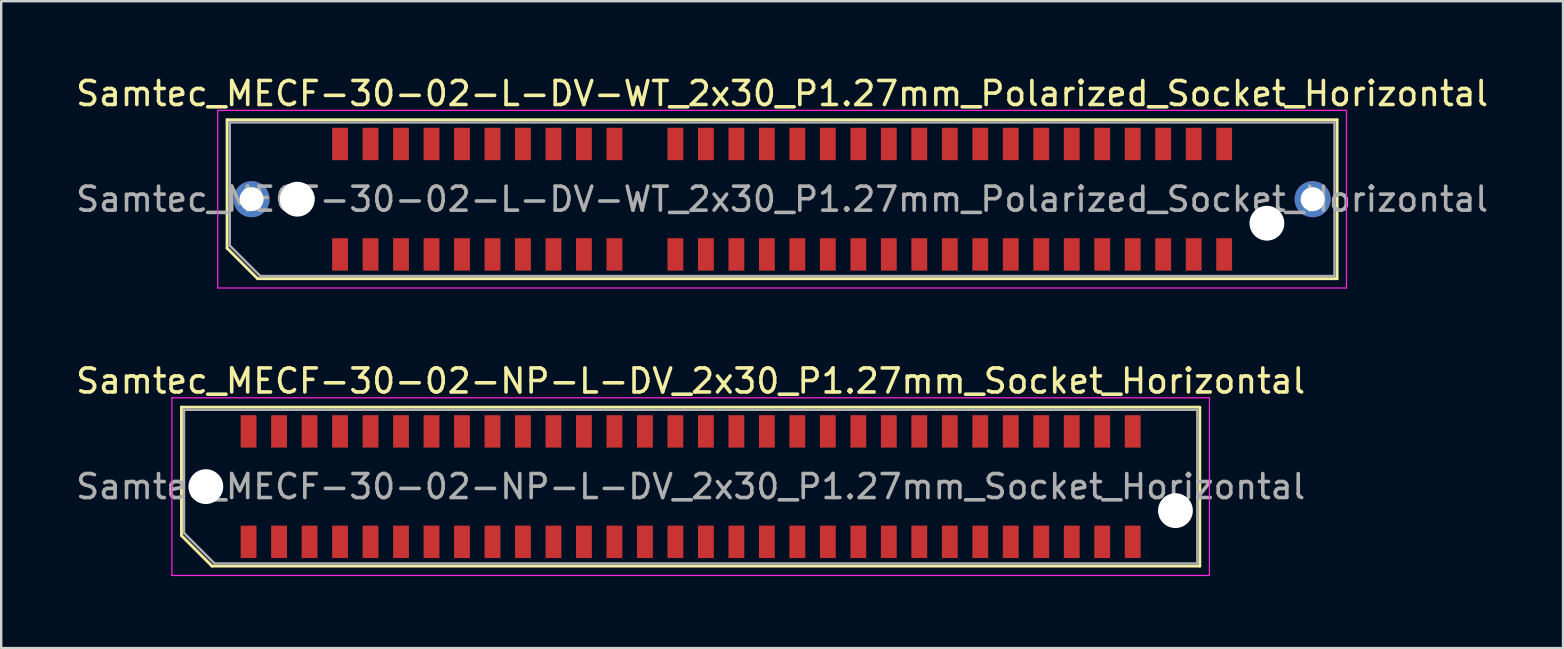
<source format=kicad_pcb>
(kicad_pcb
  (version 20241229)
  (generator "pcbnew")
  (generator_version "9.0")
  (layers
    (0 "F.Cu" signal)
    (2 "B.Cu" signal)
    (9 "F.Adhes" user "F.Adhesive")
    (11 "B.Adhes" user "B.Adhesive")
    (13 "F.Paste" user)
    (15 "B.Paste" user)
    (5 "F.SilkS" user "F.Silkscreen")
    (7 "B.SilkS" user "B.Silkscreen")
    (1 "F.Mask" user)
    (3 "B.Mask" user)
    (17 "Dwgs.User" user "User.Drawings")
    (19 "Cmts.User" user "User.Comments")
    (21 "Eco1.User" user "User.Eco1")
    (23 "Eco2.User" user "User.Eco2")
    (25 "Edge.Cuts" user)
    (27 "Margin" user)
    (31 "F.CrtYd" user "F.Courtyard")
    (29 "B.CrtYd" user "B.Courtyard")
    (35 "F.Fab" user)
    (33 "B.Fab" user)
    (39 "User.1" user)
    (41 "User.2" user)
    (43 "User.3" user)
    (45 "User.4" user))
  (footprint "Samtec_MECF-30-02-NP-L-DV_2x30_P1.27mm_Socket_Horizontal"
    (layer "F.Cu")
    (at 25.72 17.221)
    (property "Reference" "Samtec_MECF-30-02-NP-L-DV_2x30_P1.27mm_Socket_Horizontal" (at 0 -4.4 0) (layer "F.SilkS") (effects (font (size 1 1) (thickness 0.15))))
    (attr smd)
    (fp_line (start -21.21 -3.31) (end 21.21 -3.31) (stroke (width 0.12) (type solid)) (layer "F.SilkS"))
    (fp_line (start -21.21 2.04) (end -21.21 -3.31) (stroke (width 0.12) (type solid)) (layer "F.SilkS"))
    (fp_line (start -19.94 3.31) (end -21.21 2.04) (stroke (width 0.12) (type solid)) (layer "F.SilkS"))
    (fp_line (start -19.94 3.31) (end 21.21 3.31) (stroke (width 0.12) (type solid)) (layer "F.SilkS"))
    (fp_line (start 21.21 3.31) (end 21.21 -3.31) (stroke (width 0.12) (type solid)) (layer "F.SilkS"))
    (fp_line (start -21.61 -3.7) (end -21.61 3.7) (stroke (width 0.05) (type solid)) (layer "F.CrtYd"))
    (fp_line (start -21.61 3.7) (end 21.61 3.7) (stroke (width 0.05) (type solid)) (layer "F.CrtYd"))
    (fp_line (start 21.61 -3.7) (end -21.61 -3.7) (stroke (width 0.05) (type solid)) (layer "F.CrtYd"))
    (fp_line (start 21.61 3.7) (end 21.61 -3.7) (stroke (width 0.05) (type solid)) (layer "F.CrtYd"))
    (fp_line (start -21.105 -3.2) (end 21.105 -3.2) (stroke (width 0.1) (type solid)) (layer "F.Fab"))
    (fp_line (start -21.105 1.93) (end -21.105 -3.2) (stroke (width 0.1) (type solid)) (layer "F.Fab"))
    (fp_line (start -21.105 1.93) (end -19.835 3.2) (stroke (width 0.1) (type solid)) (layer "F.Fab"))
    (fp_line (start -19.835 3.2) (end 21.105 3.2) (stroke (width 0.1) (type solid)) (layer "F.Fab"))
    (fp_line (start 21.105 3.2) (end 21.105 -3.2) (stroke (width 0.1) (type solid)) (layer "F.Fab"))
    (fp_text user "${REFERENCE}" (at 0 0 0) (layer "F.Fab") (effects (font (size 1 1) (thickness 0.15))))
    (pad "" np_thru_hole circle (at -20.195 0) (size 1.45 1.45) (drill 1.45) (layers "*.Cu" "*.Mask"))
    (pad "" np_thru_hole circle (at 20.195 1) (size 1.45 1.45) (drill 1.45) (layers "*.Cu" "*.Mask"))
    (pad "1" smd rect (at -18.415 2.3) (size 0.66 1.35) (layers "F.Cu" "F.Mask" "F.Paste"))
    (pad "2" smd rect (at -18.415 -2.3) (size 0.66 1.35) (layers "F.Cu" "F.Mask" "F.Paste"))
    (pad "3" smd rect (at -17.145 2.3) (size 0.66 1.35) (layers "F.Cu" "F.Mask" "F.Paste"))
    (pad "4" smd rect (at -17.145 -2.3) (size 0.66 1.35) (layers "F.Cu" "F.Mask" "F.Paste"))
    (pad "5" smd rect (at -15.875 2.3) (size 0.66 1.35) (layers "F.Cu" "F.Mask" "F.Paste"))
    (pad "6" smd rect (at -15.875 -2.3) (size 0.66 1.35) (layers "F.Cu" "F.Mask" "F.Paste"))
    (pad "7" smd rect (at -14.605 2.3) (size 0.66 1.35) (layers "F.Cu" "F.Mask" "F.Paste"))
    (pad "8" smd rect (at -14.605 -2.3) (size 0.66 1.35) (layers "F.Cu" "F.Mask" "F.Paste"))
    (pad "9" smd rect (at -13.335 2.3) (size 0.66 1.35) (layers "F.Cu" "F.Mask" "F.Paste"))
    (pad "10" smd rect (at -13.335 -2.3) (size 0.66 1.35) (layers "F.Cu" "F.Mask" "F.Paste"))
    (pad "11" smd rect (at -12.065 2.3) (size 0.66 1.35) (layers "F.Cu" "F.Mask" "F.Paste"))
    (pad "12" smd rect (at -12.065 -2.3) (size 0.66 1.35) (layers "F.Cu" "F.Mask" "F.Paste"))
    (pad "13" smd rect (at -10.795 2.3) (size 0.66 1.35) (layers "F.Cu" "F.Mask" "F.Paste"))
    (pad "14" smd rect (at -10.795 -2.3) (size 0.66 1.35) (layers "F.Cu" "F.Mask" "F.Paste"))
    (pad "15" smd rect (at -9.525 2.3) (size 0.66 1.35) (layers "F.Cu" "F.Mask" "F.Paste"))
    (pad "16" smd rect (at -9.525 -2.3) (size 0.66 1.35) (layers "F.Cu" "F.Mask" "F.Paste"))
    (pad "17" smd rect (at -8.255 2.3) (size 0.66 1.35) (layers "F.Cu" "F.Mask" "F.Paste"))
    (pad "18" smd rect (at -8.255 -2.3) (size 0.66 1.35) (layers "F.Cu" "F.Mask" "F.Paste"))
    (pad "19" smd rect (at -6.985 2.3) (size 0.66 1.35) (layers "F.Cu" "F.Mask" "F.Paste"))
    (pad "20" smd rect (at -6.985 -2.3) (size 0.66 1.35) (layers "F.Cu" "F.Mask" "F.Paste"))
    (pad "21" smd rect (at -5.715 2.3) (size 0.66 1.35) (layers "F.Cu" "F.Mask" "F.Paste"))
    (pad "22" smd rect (at -5.715 -2.3) (size 0.66 1.35) (layers "F.Cu" "F.Mask" "F.Paste"))
    (pad "23" smd rect (at -4.445 2.3) (size 0.66 1.35) (layers "F.Cu" "F.Mask" "F.Paste"))
    (pad "24" smd rect (at -4.445 -2.3) (size 0.66 1.35) (layers "F.Cu" "F.Mask" "F.Paste"))
    (pad "25" smd rect (at -3.175 2.3) (size 0.66 1.35) (layers "F.Cu" "F.Mask" "F.Paste"))
    (pad "26" smd rect (at -3.175 -2.3) (size 0.66 1.35) (layers "F.Cu" "F.Mask" "F.Paste"))
    (pad "27" smd rect (at -1.905 2.3) (size 0.66 1.35) (layers "F.Cu" "F.Mask" "F.Paste"))
    (pad "28" smd rect (at -1.905 -2.3) (size 0.66 1.35) (layers "F.Cu" "F.Mask" "F.Paste"))
    (pad "29" smd rect (at -0.635 2.3) (size 0.66 1.35) (layers "F.Cu" "F.Mask" "F.Paste"))
    (pad "30" smd rect (at -0.635 -2.3) (size 0.66 1.35) (layers "F.Cu" "F.Mask" "F.Paste"))
    (pad "31" smd rect (at 0.635 2.3) (size 0.66 1.35) (layers "F.Cu" "F.Mask" "F.Paste"))
    (pad "32" smd rect (at 0.635 -2.3) (size 0.66 1.35) (layers "F.Cu" "F.Mask" "F.Paste"))
    (pad "33" smd rect (at 1.905 2.3) (size 0.66 1.35) (layers "F.Cu" "F.Mask" "F.Paste"))
    (pad "34" smd rect (at 1.905 -2.3) (size 0.66 1.35) (layers "F.Cu" "F.Mask" "F.Paste"))
    (pad "35" smd rect (at 3.175 2.3) (size 0.66 1.35) (layers "F.Cu" "F.Mask" "F.Paste"))
    (pad "36" smd rect (at 3.175 -2.3) (size 0.66 1.35) (layers "F.Cu" "F.Mask" "F.Paste"))
    (pad "37" smd rect (at 4.445 2.3) (size 0.66 1.35) (layers "F.Cu" "F.Mask" "F.Paste"))
    (pad "38" smd rect (at 4.445 -2.3) (size 0.66 1.35) (layers "F.Cu" "F.Mask" "F.Paste"))
    (pad "39" smd rect (at 5.715 2.3) (size 0.66 1.35) (layers "F.Cu" "F.Mask" "F.Paste"))
    (pad "40" smd rect (at 5.715 -2.3) (size 0.66 1.35) (layers "F.Cu" "F.Mask" "F.Paste"))
    (pad "41" smd rect (at 6.985 2.3) (size 0.66 1.35) (layers "F.Cu" "F.Mask" "F.Paste"))
    (pad "42" smd rect (at 6.985 -2.3) (size 0.66 1.35) (layers "F.Cu" "F.Mask" "F.Paste"))
    (pad "43" smd rect (at 8.255 2.3) (size 0.66 1.35) (layers "F.Cu" "F.Mask" "F.Paste"))
    (pad "44" smd rect (at 8.255 -2.3) (size 0.66 1.35) (layers "F.Cu" "F.Mask" "F.Paste"))
    (pad "45" smd rect (at 9.525 2.3) (size 0.66 1.35) (layers "F.Cu" "F.Mask" "F.Paste"))
    (pad "46" smd rect (at 9.525 -2.3) (size 0.66 1.35) (layers "F.Cu" "F.Mask" "F.Paste"))
    (pad "47" smd rect (at 10.795 2.3) (size 0.66 1.35) (layers "F.Cu" "F.Mask" "F.Paste"))
    (pad "48" smd rect (at 10.795 -2.3) (size 0.66 1.35) (layers "F.Cu" "F.Mask" "F.Paste"))
    (pad "49" smd rect (at 12.065 2.3) (size 0.66 1.35) (layers "F.Cu" "F.Mask" "F.Paste"))
    (pad "50" smd rect (at 12.065 -2.3) (size 0.66 1.35) (layers "F.Cu" "F.Mask" "F.Paste"))
    (pad "51" smd rect (at 13.335 2.3) (size 0.66 1.35) (layers "F.Cu" "F.Mask" "F.Paste"))
    (pad "52" smd rect (at 13.335 -2.3) (size 0.66 1.35) (layers "F.Cu" "F.Mask" "F.Paste"))
    (pad "53" smd rect (at 14.605 2.3) (size 0.66 1.35) (layers "F.Cu" "F.Mask" "F.Paste"))
    (pad "54" smd rect (at 14.605 -2.3) (size 0.66 1.35) (layers "F.Cu" "F.Mask" "F.Paste"))
    (pad "55" smd rect (at 15.875 2.3) (size 0.66 1.35) (layers "F.Cu" "F.Mask" "F.Paste"))
    (pad "56" smd rect (at 15.875 -2.3) (size 0.66 1.35) (layers "F.Cu" "F.Mask" "F.Paste"))
    (pad "57" smd rect (at 17.145 2.3) (size 0.66 1.35) (layers "F.Cu" "F.Mask" "F.Paste"))
    (pad "58" smd rect (at 17.145 -2.3) (size 0.66 1.35) (layers "F.Cu" "F.Mask" "F.Paste"))
    (pad "59" smd rect (at 18.415 2.3) (size 0.66 1.35) (layers "F.Cu" "F.Mask" "F.Paste"))
    (pad "60" smd rect (at 18.415 -2.3) (size 0.66 1.35) (layers "F.Cu" "F.Mask" "F.Paste")))
  (footprint "Samtec_MECF-30-02-L-DV-WT_2x30_P1.27mm_Polarized_Socket_Horizontal"
    (layer "F.Cu")
    (at 29.53 5.248)
    (property "Reference" "Samtec_MECF-30-02-L-DV-WT_2x30_P1.27mm_Polarized_Socket_Horizontal" (at 0 -4.4 0) (layer "F.SilkS") (effects (font (size 1 1) (thickness 0.15))))
    (attr smd)
    (fp_line (start -23.12 -3.31) (end 23.12 -3.31) (stroke (width 0.12) (type solid)) (layer "F.SilkS"))
    (fp_line (start -23.12 2.04) (end -23.12 -3.31) (stroke (width 0.12) (type solid)) (layer "F.SilkS"))
    (fp_line (start -21.85 3.31) (end -23.12 2.04) (stroke (width 0.12) (type solid)) (layer "F.SilkS"))
    (fp_line (start -21.85 3.31) (end 23.12 3.31) (stroke (width 0.12) (type solid)) (layer "F.SilkS"))
    (fp_line (start 23.12 3.31) (end 23.12 -3.31) (stroke (width 0.12) (type solid)) (layer "F.SilkS"))
    (fp_line (start -23.51 -3.7) (end -23.51 3.7) (stroke (width 0.05) (type solid)) (layer "F.CrtYd"))
    (fp_line (start -23.51 3.7) (end 23.51 3.7) (stroke (width 0.05) (type solid)) (layer "F.CrtYd"))
    (fp_line (start 23.51 -3.7) (end -23.51 -3.7) (stroke (width 0.05) (type solid)) (layer "F.CrtYd"))
    (fp_line (start 23.51 3.7) (end 23.51 -3.7) (stroke (width 0.05) (type solid)) (layer "F.CrtYd"))
    (fp_line (start -23.01 -3.2) (end 23.01 -3.2) (stroke (width 0.1) (type solid)) (layer "F.Fab"))
    (fp_line (start -23.01 1.93) (end -23.01 -3.2) (stroke (width 0.1) (type solid)) (layer "F.Fab"))
    (fp_line (start -23.01 1.93) (end -21.74 3.2) (stroke (width 0.1) (type solid)) (layer "F.Fab"))
    (fp_line (start -21.74 3.2) (end 23.01 3.2) (stroke (width 0.1) (type solid)) (layer "F.Fab"))
    (fp_line (start 23.01 3.2) (end 23.01 -3.2) (stroke (width 0.1) (type solid)) (layer "F.Fab"))
    (fp_text user "${REFERENCE}" (at 0 0 0) (layer "F.Fab") (effects (font (size 1 1) (thickness 0.15))))
    (pad "" thru_hole circle (at -22.1 0) (size 1.5 1.5) (drill 1) (layers "*.Cu" "*.Mask"))
    (pad "" np_thru_hole circle (at -20.195 0) (size 1.45 1.45) (drill 1.45) (layers "*.Cu" "*.Mask"))
    (pad "" np_thru_hole circle (at 20.195 1) (size 1.45 1.45) (drill 1.45) (layers "*.Cu" "*.Mask"))
    (pad "" thru_hole circle (at 22.1 0) (size 1.5 1.5) (drill 1) (layers "*.Cu" "*.Mask"))
    (pad "1" smd rect (at -18.415 2.3) (size 0.66 1.35) (layers "F.Cu" "F.Mask" "F.Paste"))
    (pad "2" smd rect (at -18.415 -2.3) (size 0.66 1.35) (layers "F.Cu" "F.Mask" "F.Paste"))
    (pad "3" smd rect (at -17.145 2.3) (size 0.66 1.35) (layers "F.Cu" "F.Mask" "F.Paste"))
    (pad "4" smd rect (at -17.145 -2.3) (size 0.66 1.35) (layers "F.Cu" "F.Mask" "F.Paste"))
    (pad "5" smd rect (at -15.875 2.3) (size 0.66 1.35) (layers "F.Cu" "F.Mask" "F.Paste"))
    (pad "6" smd rect (at -15.875 -2.3) (size 0.66 1.35) (layers "F.Cu" "F.Mask" "F.Paste"))
    (pad "7" smd rect (at -14.605 2.3) (size 0.66 1.35) (layers "F.Cu" "F.Mask" "F.Paste"))
    (pad "8" smd rect (at -14.605 -2.3) (size 0.66 1.35) (layers "F.Cu" "F.Mask" "F.Paste"))
    (pad "9" smd rect (at -13.335 2.3) (size 0.66 1.35) (layers "F.Cu" "F.Mask" "F.Paste"))
    (pad "10" smd rect (at -13.335 -2.3) (size 0.66 1.35) (layers "F.Cu" "F.Mask" "F.Paste"))
    (pad "11" smd rect (at -12.065 2.3) (size 0.66 1.35) (layers "F.Cu" "F.Mask" "F.Paste"))
    (pad "12" smd rect (at -12.065 -2.3) (size 0.66 1.35) (layers "F.Cu" "F.Mask" "F.Paste"))
    (pad "13" smd rect (at -10.795 2.3) (size 0.66 1.35) (layers "F.Cu" "F.Mask" "F.Paste"))
    (pad "14" smd rect (at -10.795 -2.3) (size 0.66 1.35) (layers "F.Cu" "F.Mask" "F.Paste"))
    (pad "15" smd rect (at -9.525 2.3) (size 0.66 1.35) (layers "F.Cu" "F.Mask" "F.Paste"))
    (pad "16" smd rect (at -9.525 -2.3) (size 0.66 1.35) (layers "F.Cu" "F.Mask" "F.Paste"))
    (pad "17" smd rect (at -8.255 2.3) (size 0.66 1.35) (layers "F.Cu" "F.Mask" "F.Paste"))
    (pad "18" smd rect (at -8.255 -2.3) (size 0.66 1.35) (layers "F.Cu" "F.Mask" "F.Paste"))
    (pad "19" smd rect (at -6.985 2.3) (size 0.66 1.35) (layers "F.Cu" "F.Mask" "F.Paste"))
    (pad "20" smd rect (at -6.985 -2.3) (size 0.66 1.35) (layers "F.Cu" "F.Mask" "F.Paste"))
    (pad "23" smd rect (at -4.445 2.3) (size 0.66 1.35) (layers "F.Cu" "F.Mask" "F.Paste"))
    (pad "24" smd rect (at -4.445 -2.3) (size 0.66 1.35) (layers "F.Cu" "F.Mask" "F.Paste"))
    (pad "25" smd rect (at -3.175 2.3) (size 0.66 1.35) (layers "F.Cu" "F.Mask" "F.Paste"))
    (pad "26" smd rect (at -3.175 -2.3) (size 0.66 1.35) (layers "F.Cu" "F.Mask" "F.Paste"))
    (pad "27" smd rect (at -1.905 2.3) (size 0.66 1.35) (layers "F.Cu" "F.Mask" "F.Paste"))
    (pad "28" smd rect (at -1.905 -2.3) (size 0.66 1.35) (layers "F.Cu" "F.Mask" "F.Paste"))
    (pad "29" smd rect (at -0.635 2.3) (size 0.66 1.35) (layers "F.Cu" "F.Mask" "F.Paste"))
    (pad "30" smd rect (at -0.635 -2.3) (size 0.66 1.35) (layers "F.Cu" "F.Mask" "F.Paste"))
    (pad "31" smd rect (at 0.635 2.3) (size 0.66 1.35) (layers "F.Cu" "F.Mask" "F.Paste"))
    (pad "32" smd rect (at 0.635 -2.3) (size 0.66 1.35) (layers "F.Cu" "F.Mask" "F.Paste"))
    (pad "33" smd rect (at 1.905 2.3) (size 0.66 1.35) (layers "F.Cu" "F.Mask" "F.Paste"))
    (pad "34" smd rect (at 1.905 -2.3) (size 0.66 1.35) (layers "F.Cu" "F.Mask" "F.Paste"))
    (pad "35" smd rect (at 3.175 2.3) (size 0.66 1.35) (layers "F.Cu" "F.Mask" "F.Paste"))
    (pad "36" smd rect (at 3.175 -2.3) (size 0.66 1.35) (layers "F.Cu" "F.Mask" "F.Paste"))
    (pad "37" smd rect (at 4.445 2.3) (size 0.66 1.35) (layers "F.Cu" "F.Mask" "F.Paste"))
    (pad "38" smd rect (at 4.445 -2.3) (size 0.66 1.35) (layers "F.Cu" "F.Mask" "F.Paste"))
    (pad "39" smd rect (at 5.715 2.3) (size 0.66 1.35) (layers "F.Cu" "F.Mask" "F.Paste"))
    (pad "40" smd rect (at 5.715 -2.3) (size 0.66 1.35) (layers "F.Cu" "F.Mask" "F.Paste"))
    (pad "41" smd rect (at 6.985 2.3) (size 0.66 1.35) (layers "F.Cu" "F.Mask" "F.Paste"))
    (pad "42" smd rect (at 6.985 -2.3) (size 0.66 1.35) (layers "F.Cu" "F.Mask" "F.Paste"))
    (pad "43" smd rect (at 8.255 2.3) (size 0.66 1.35) (layers "F.Cu" "F.Mask" "F.Paste"))
    (pad "44" smd rect (at 8.255 -2.3) (size 0.66 1.35) (layers "F.Cu" "F.Mask" "F.Paste"))
    (pad "45" smd rect (at 9.525 2.3) (size 0.66 1.35) (layers "F.Cu" "F.Mask" "F.Paste"))
    (pad "46" smd rect (at 9.525 -2.3) (size 0.66 1.35) (layers "F.Cu" "F.Mask" "F.Paste"))
    (pad "47" smd rect (at 10.795 2.3) (size 0.66 1.35) (layers "F.Cu" "F.Mask" "F.Paste"))
    (pad "48" smd rect (at 10.795 -2.3) (size 0.66 1.35) (layers "F.Cu" "F.Mask" "F.Paste"))
    (pad "49" smd rect (at 12.065 2.3) (size 0.66 1.35) (layers "F.Cu" "F.Mask" "F.Paste"))
    (pad "50" smd rect (at 12.065 -2.3) (size 0.66 1.35) (layers "F.Cu" "F.Mask" "F.Paste"))
    (pad "51" smd rect (at 13.335 2.3) (size 0.66 1.35) (layers "F.Cu" "F.Mask" "F.Paste"))
    (pad "52" smd rect (at 13.335 -2.3) (size 0.66 1.35) (layers "F.Cu" "F.Mask" "F.Paste"))
    (pad "53" smd rect (at 14.605 2.3) (size 0.66 1.35) (layers "F.Cu" "F.Mask" "F.Paste"))
    (pad "54" smd rect (at 14.605 -2.3) (size 0.66 1.35) (layers "F.Cu" "F.Mask" "F.Paste"))
    (pad "55" smd rect (at 15.875 2.3) (size 0.66 1.35) (layers "F.Cu" "F.Mask" "F.Paste"))
    (pad "56" smd rect (at 15.875 -2.3) (size 0.66 1.35) (layers "F.Cu" "F.Mask" "F.Paste"))
    (pad "57" smd rect (at 17.145 2.3) (size 0.66 1.35) (layers "F.Cu" "F.Mask" "F.Paste"))
    (pad "58" smd rect (at 17.145 -2.3) (size 0.66 1.35) (layers "F.Cu" "F.Mask" "F.Paste"))
    (pad "59" smd rect (at 18.415 2.3) (size 0.66 1.35) (layers "F.Cu" "F.Mask" "F.Paste"))
    (pad "60" smd rect (at 18.415 -2.3) (size 0.66 1.35) (layers "F.Cu" "F.Mask" "F.Paste")))
  (gr_rect
    (start -3 -3)
    (end 62.06 23.947)
    (stroke (width 0.1) (type default))
    (fill no)
    (layer "Edge.Cuts")))
</source>
